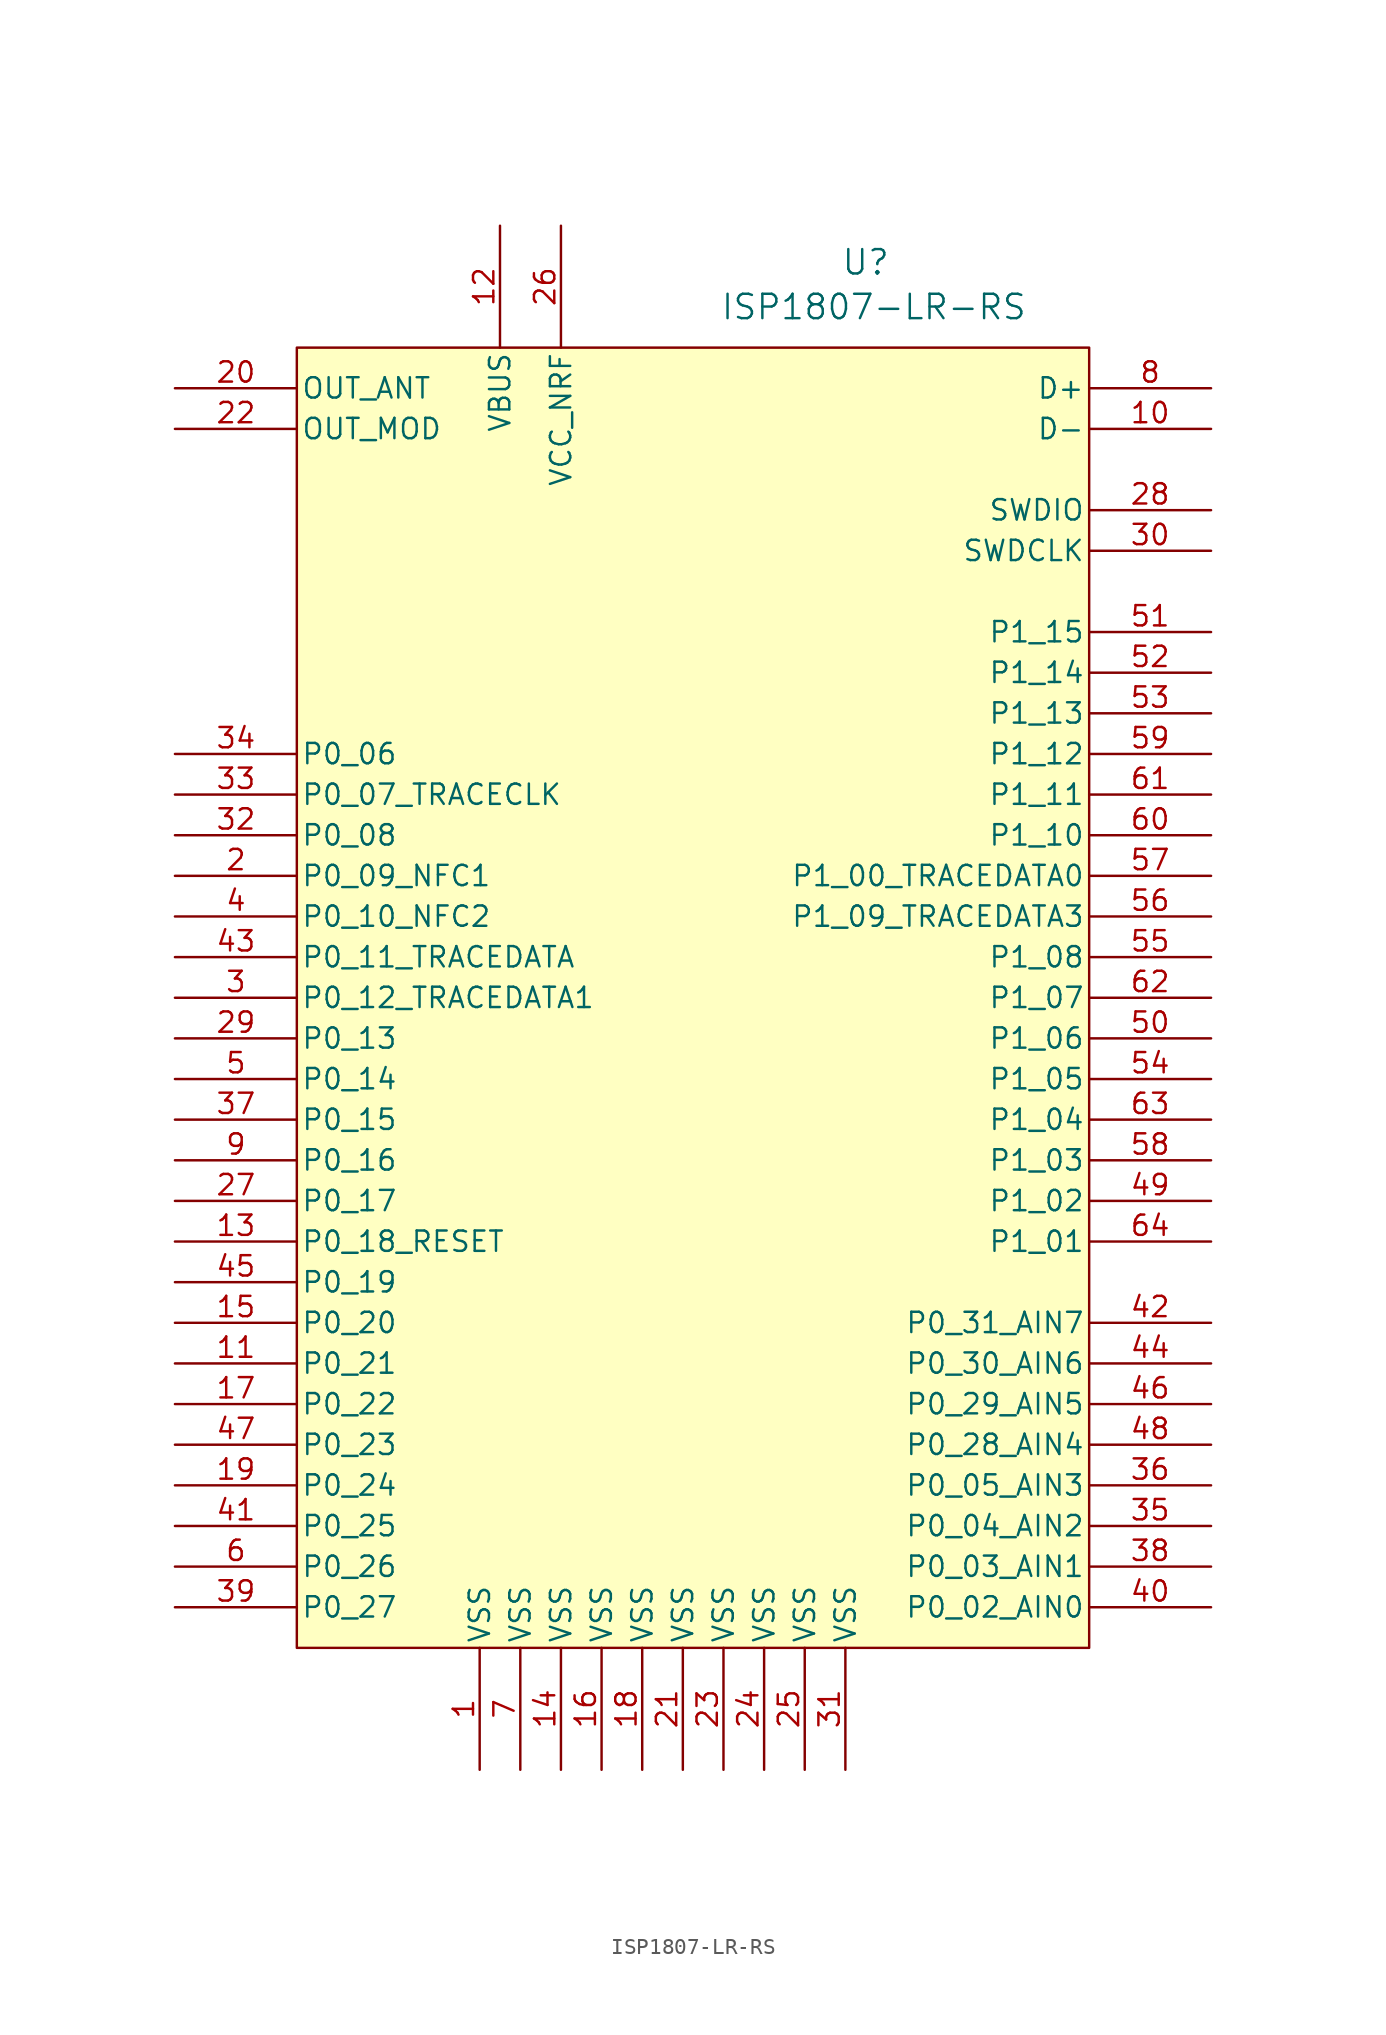
<source format=kicad_sym>
(kicad_symbol_lib
  (version 20231120)
  (generator "kicad_symbol_editor")
  (generator_version "8.0")
  (symbol "ISP1807-LR-RS"
    (pin_names
      (offset 0.254))
    (property "Reference" "U"
      (at 10.16 44.704 0)
      (effects (font (size 1.524 1.524))))
    (property "Value" "ISP1807-LR-RS"
      (at 10.668 41.91 0)
      (effects (font (size 1.524 1.524))))
    (property "ki_locked" ""
      (at 0 0 0)
      (effects (font (size 1.27 1.27))))
    (symbol "ISP1807-LR-RS_0_1"
      (pin power_out line (at -13.97 -49.53 90) (length 7.62) (name "VSS" (effects (font (size 1.27 1.27)))) (number "1" (effects (font (size 1.27 1.27)))))
      (pin bidirectional line (at 31.75 34.29 180) (length 7.62) (name "D-" (effects (font (size 1.27 1.27)))) (number "10" (effects (font (size 1.27 1.27)))))
      (pin bidirectional line (at -33.02 -24.13 0) (length 7.62) (name "P0_21" (effects (font (size 1.27 1.27)))) (number "11" (effects (font (size 1.27 1.27)))))
      (pin power_in line (at -12.7 46.99 270) (length 7.62) (name "VBUS" (effects (font (size 1.27 1.27)))) (number "12" (effects (font (size 1.27 1.27)))))
      (pin bidirectional line (at -33.02 -16.51 0) (length 7.62) (name "P0_18_RESET" (effects (font (size 1.27 1.27)))) (number "13" (effects (font (size 1.27 1.27)))))
      (pin power_out line (at -8.89 -49.53 90) (length 7.62) (name "VSS" (effects (font (size 1.27 1.27)))) (number "14" (effects (font (size 1.27 1.27)))))
      (pin bidirectional line (at -33.02 -21.59 0) (length 7.62) (name "P0_20" (effects (font (size 1.27 1.27)))) (number "15" (effects (font (size 1.27 1.27)))))
      (pin power_out line (at -6.35 -49.53 90) (length 7.62) (name "VSS" (effects (font (size 1.27 1.27)))) (number "16" (effects (font (size 1.27 1.27)))))
      (pin bidirectional line (at -33.02 -26.67 0) (length 7.62) (name "P0_22" (effects (font (size 1.27 1.27)))) (number "17" (effects (font (size 1.27 1.27)))))
      (pin power_out line (at -3.81 -49.53 90) (length 7.62) (name "VSS" (effects (font (size 1.27 1.27)))) (number "18" (effects (font (size 1.27 1.27)))))
      (pin bidirectional line (at -33.02 -31.75 0) (length 7.62) (name "P0_24" (effects (font (size 1.27 1.27)))) (number "19" (effects (font (size 1.27 1.27)))))
      (pin bidirectional line (at -33.02 6.35 0) (length 7.62) (name "P0_09_NFC1" (effects (font (size 1.27 1.27)))) (number "2" (effects (font (size 1.27 1.27)))))
      (pin bidirectional line (at -33.02 36.83 0) (length 7.62) (name "OUT_ANT" (effects (font (size 1.27 1.27)))) (number "20" (effects (font (size 1.27 1.27)))))
      (pin power_out line (at -1.27 -49.53 90) (length 7.62) (name "VSS" (effects (font (size 1.27 1.27)))) (number "21" (effects (font (size 1.27 1.27)))))
      (pin bidirectional line (at -33.02 34.29 0) (length 7.62) (name "OUT_MOD" (effects (font (size 1.27 1.27)))) (number "22" (effects (font (size 1.27 1.27)))))
      (pin power_out line (at 1.27 -49.53 90) (length 7.62) (name "VSS" (effects (font (size 1.27 1.27)))) (number "23" (effects (font (size 1.27 1.27)))))
      (pin power_out line (at 3.81 -49.53 90) (length 7.62) (name "VSS" (effects (font (size 1.27 1.27)))) (number "24" (effects (font (size 1.27 1.27)))))
      (pin power_out line (at 6.35 -49.53 90) (length 7.62) (name "VSS" (effects (font (size 1.27 1.27)))) (number "25" (effects (font (size 1.27 1.27)))))
      (pin power_in line (at -8.89 46.99 270) (length 7.62) (name "VCC_NRF" (effects (font (size 1.27 1.27)))) (number "26" (effects (font (size 1.27 1.27)))))
      (pin bidirectional line (at -33.02 -13.97 0) (length 7.62) (name "P0_17" (effects (font (size 1.27 1.27)))) (number "27" (effects (font (size 1.27 1.27)))))
      (pin bidirectional line (at 31.75 29.21 180) (length 7.62) (name "SWDIO" (effects (font (size 1.27 1.27)))) (number "28" (effects (font (size 1.27 1.27)))))
      (pin bidirectional line (at -33.02 -3.81 0) (length 7.62) (name "P0_13" (effects (font (size 1.27 1.27)))) (number "29" (effects (font (size 1.27 1.27)))))
      (pin bidirectional line (at -33.02 -1.27 0) (length 7.62) (name "P0_12_TRACEDATA1" (effects (font (size 1.27 1.27)))) (number "3" (effects (font (size 1.27 1.27)))))
      (pin input line (at 31.75 26.67 180) (length 7.62) (name "SWDCLK" (effects (font (size 1.27 1.27)))) (number "30" (effects (font (size 1.27 1.27)))))
      (pin power_out line (at 8.89 -49.53 90) (length 7.62) (name "VSS" (effects (font (size 1.27 1.27)))) (number "31" (effects (font (size 1.27 1.27)))))
      (pin bidirectional line (at -33.02 8.89 0) (length 7.62) (name "P0_08" (effects (font (size 1.27 1.27)))) (number "32" (effects (font (size 1.27 1.27)))))
      (pin bidirectional line (at -33.02 11.43 0) (length 7.62) (name "P0_07_TRACECLK" (effects (font (size 1.27 1.27)))) (number "33" (effects (font (size 1.27 1.27)))))
      (pin bidirectional line (at -33.02 13.97 0) (length 7.62) (name "P0_06" (effects (font (size 1.27 1.27)))) (number "34" (effects (font (size 1.27 1.27)))))
      (pin input line (at 31.75 -34.29 180) (length 7.62) (name "P0_04_AIN2" (effects (font (size 1.27 1.27)))) (number "35" (effects (font (size 1.27 1.27)))))
      (pin input line (at 31.75 -31.75 180) (length 7.62) (name "P0_05_AIN3" (effects (font (size 1.27 1.27)))) (number "36" (effects (font (size 1.27 1.27)))))
      (pin bidirectional line (at -33.02 -8.89 0) (length 7.62) (name "P0_15" (effects (font (size 1.27 1.27)))) (number "37" (effects (font (size 1.27 1.27)))))
      (pin input line (at 31.75 -36.83 180) (length 7.62) (name "P0_03_AIN1" (effects (font (size 1.27 1.27)))) (number "38" (effects (font (size 1.27 1.27)))))
      (pin bidirectional line (at -33.02 -39.37 0) (length 7.62) (name "P0_27" (effects (font (size 1.27 1.27)))) (number "39" (effects (font (size 1.27 1.27)))))
      (pin bidirectional line (at -33.02 3.81 0) (length 7.62) (name "P0_10_NFC2" (effects (font (size 1.27 1.27)))) (number "4" (effects (font (size 1.27 1.27)))))
      (pin bidirectional line (at 31.75 -39.37 180) (length 7.62) (name "P0_02_AIN0" (effects (font (size 1.27 1.27)))) (number "40" (effects (font (size 1.27 1.27)))))
      (pin bidirectional line (at -33.02 -34.29 0) (length 7.62) (name "P0_25" (effects (font (size 1.27 1.27)))) (number "41" (effects (font (size 1.27 1.27)))))
      (pin input line (at 31.75 -21.59 180) (length 7.62) (name "P0_31_AIN7" (effects (font (size 1.27 1.27)))) (number "42" (effects (font (size 1.27 1.27)))))
      (pin bidirectional line (at -33.02 1.27 0) (length 7.62) (name "P0_11_TRACEDATA" (effects (font (size 1.27 1.27)))) (number "43" (effects (font (size 1.27 1.27)))))
      (pin input line (at 31.75 -24.13 180) (length 7.62) (name "P0_30_AIN6" (effects (font (size 1.27 1.27)))) (number "44" (effects (font (size 1.27 1.27)))))
      (pin bidirectional line (at -33.02 -19.05 0) (length 7.62) (name "P0_19" (effects (font (size 1.27 1.27)))) (number "45" (effects (font (size 1.27 1.27)))))
      (pin input line (at 31.75 -26.67 180) (length 7.62) (name "P0_29_AIN5" (effects (font (size 1.27 1.27)))) (number "46" (effects (font (size 1.27 1.27)))))
      (pin bidirectional line (at -33.02 -29.21 0) (length 7.62) (name "P0_23" (effects (font (size 1.27 1.27)))) (number "47" (effects (font (size 1.27 1.27)))))
      (pin input line (at 31.75 -29.21 180) (length 7.62) (name "P0_28_AIN4" (effects (font (size 1.27 1.27)))) (number "48" (effects (font (size 1.27 1.27)))))
      (pin bidirectional line (at 31.75 -13.97 180) (length 7.62) (name "P1_02" (effects (font (size 1.27 1.27)))) (number "49" (effects (font (size 1.27 1.27)))))
      (pin bidirectional line (at -33.02 -6.35 0) (length 7.62) (name "P0_14" (effects (font (size 1.27 1.27)))) (number "5" (effects (font (size 1.27 1.27)))))
      (pin bidirectional line (at 31.75 -3.81 180) (length 7.62) (name "P1_06" (effects (font (size 1.27 1.27)))) (number "50" (effects (font (size 1.27 1.27)))))
      (pin bidirectional line (at 31.75 21.59 180) (length 7.62) (name "P1_15" (effects (font (size 1.27 1.27)))) (number "51" (effects (font (size 1.27 1.27)))))
      (pin bidirectional line (at 31.75 19.05 180) (length 7.62) (name "P1_14" (effects (font (size 1.27 1.27)))) (number "52" (effects (font (size 1.27 1.27)))))
      (pin bidirectional line (at 31.75 16.51 180) (length 7.62) (name "P1_13" (effects (font (size 1.27 1.27)))) (number "53" (effects (font (size 1.27 1.27)))))
      (pin bidirectional line (at 31.75 -6.35 180) (length 7.62) (name "P1_05" (effects (font (size 1.27 1.27)))) (number "54" (effects (font (size 1.27 1.27)))))
      (pin bidirectional line (at 31.75 1.27 180) (length 7.62) (name "P1_08" (effects (font (size 1.27 1.27)))) (number "55" (effects (font (size 1.27 1.27)))))
      (pin bidirectional line (at 31.75 3.81 180) (length 7.62) (name "P1_09_TRACEDATA3" (effects (font (size 1.27 1.27)))) (number "56" (effects (font (size 1.27 1.27)))))
      (pin bidirectional line (at 31.75 6.35 180) (length 7.62) (name "P1_00_TRACEDATA0" (effects (font (size 1.27 1.27)))) (number "57" (effects (font (size 1.27 1.27)))))
      (pin bidirectional line (at 31.75 -11.43 180) (length 7.62) (name "P1_03" (effects (font (size 1.27 1.27)))) (number "58" (effects (font (size 1.27 1.27)))))
      (pin bidirectional line (at 31.75 13.97 180) (length 7.62) (name "P1_12" (effects (font (size 1.27 1.27)))) (number "59" (effects (font (size 1.27 1.27)))))
      (pin bidirectional line (at 31.75 8.89 180) (length 7.62) (name "P1_10" (effects (font (size 1.27 1.27)))) (number "60" (effects (font (size 1.27 1.27)))))
      (pin bidirectional line (at 31.75 11.43 180) (length 7.62) (name "P1_11" (effects (font (size 1.27 1.27)))) (number "61" (effects (font (size 1.27 1.27)))))
      (pin bidirectional line (at 31.75 -1.27 180) (length 7.62) (name "P1_07" (effects (font (size 1.27 1.27)))) (number "62" (effects (font (size 1.27 1.27)))))
      (pin bidirectional line (at 31.75 -8.89 180) (length 7.62) (name "P1_04" (effects (font (size 1.27 1.27)))) (number "63" (effects (font (size 1.27 1.27)))))
      (pin bidirectional line (at 31.75 -16.51 180) (length 7.62) (name "P1_01" (effects (font (size 1.27 1.27)))) (number "64" (effects (font (size 1.27 1.27)))))
      (pin power_out line (at -11.43 -49.53 90) (length 7.62) (name "VSS" (effects (font (size 1.27 1.27)))) (number "7" (effects (font (size 1.27 1.27)))))
      (pin bidirectional line (at 31.75 36.83 180) (length 7.62) (name "D+" (effects (font (size 1.27 1.27)))) (number "8" (effects (font (size 1.27 1.27)))))
      (pin bidirectional line (at -33.02 -11.43 0) (length 7.62) (name "P0_16" (effects (font (size 1.27 1.27)))) (number "9" (effects (font (size 1.27 1.27))))))
    (symbol "ISP1807-LR-RS_1_1"
      (rectangle (start -25.4 39.37) (end 24.13 -41.91) (stroke (width 0) (type default)) (fill (type background)))
      (pin bidirectional line (at -33.02 -36.83 0) (length 7.62) (name "P0_26" (effects (font (size 1.27 1.27)))) (number "6" (effects (font (size 1.27 1.27))))))))
</source>
